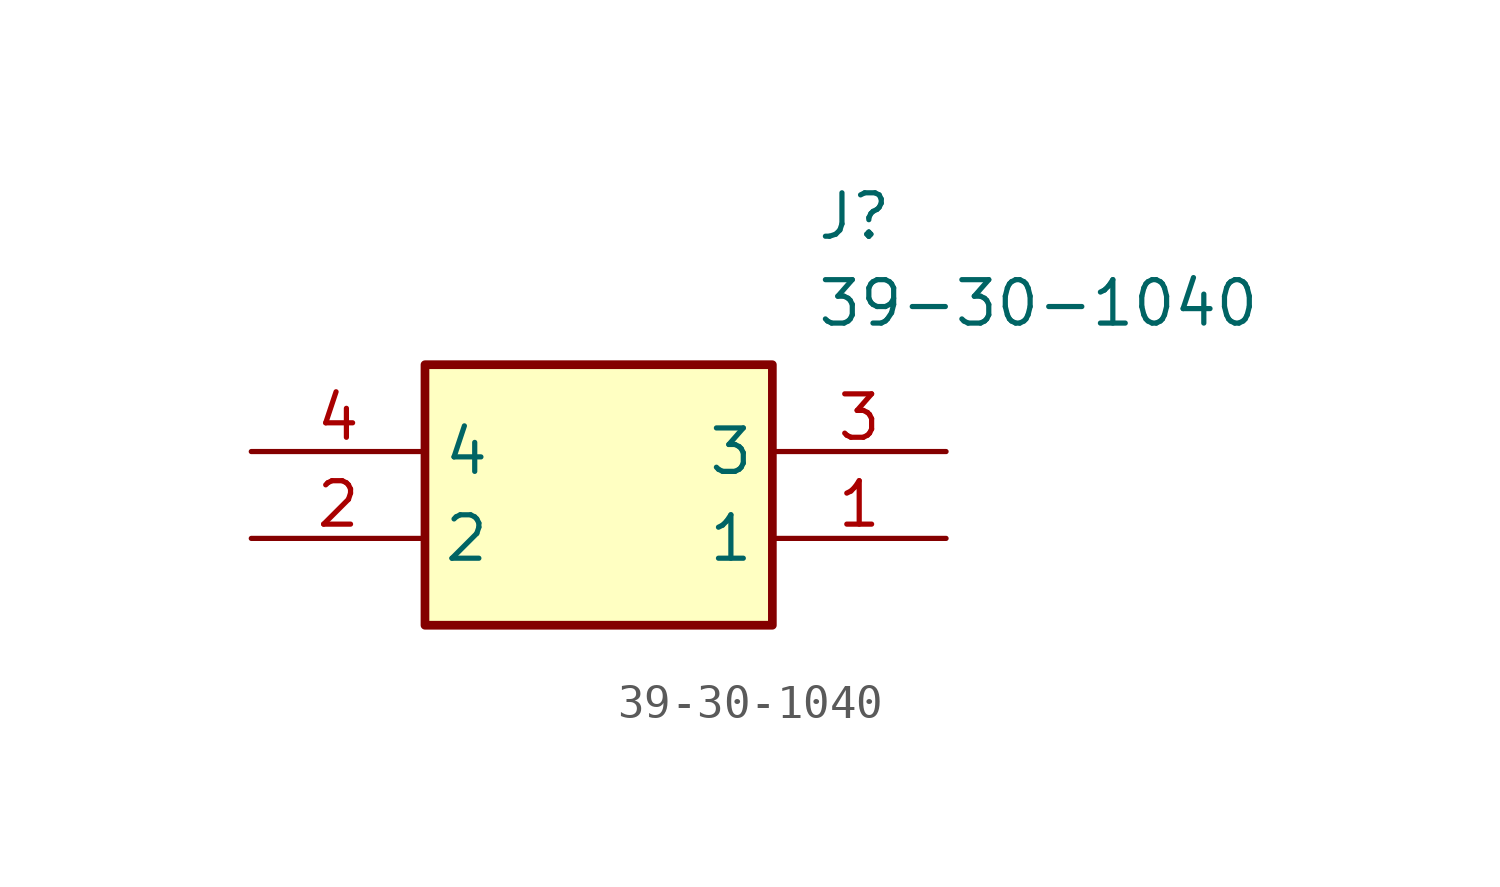
<source format=kicad_sym>
(kicad_symbol_lib
  (version 20211014)
  (generator SamacSys_ECAD_Model)
  (symbol "39-30-1040"
    (property "Reference" "J"
      (at 16.51 7.62 0)
      (effects (font (size 1.27 1.27)) (justify left top)))
    (property "Value" "39-30-1040"
      (at 16.51 5.08 0)
      (effects (font (size 1.27 1.27)) (justify left top)))
    (rectangle
      (start 5.08 2.54)
      (end 15.24 -5.08)
      (stroke (width 0.254) (type default))
      (fill (type background)))
    (pin passive line
      (at 20.32 -2.54 180)
      (length 5.08)
      (name "1" (effects (font (size 1.27 1.27))))
      (number "1" (effects (font (size 1.27 1.27)))))
    (pin passive line
      (at 0 -2.54 0)
      (length 5.08)
      (name "2" (effects (font (size 1.27 1.27))))
      (number "2" (effects (font (size 1.27 1.27)))))
    (pin passive line
      (at 20.32 0 180)
      (length 5.08)
      (name "3" (effects (font (size 1.27 1.27))))
      (number "3" (effects (font (size 1.27 1.27)))))
    (pin passive line
      (at 0 0 0)
      (length 5.08)
      (name "4" (effects (font (size 1.27 1.27))))
      (number "4" (effects (font (size 1.27 1.27)))))))
</source>
